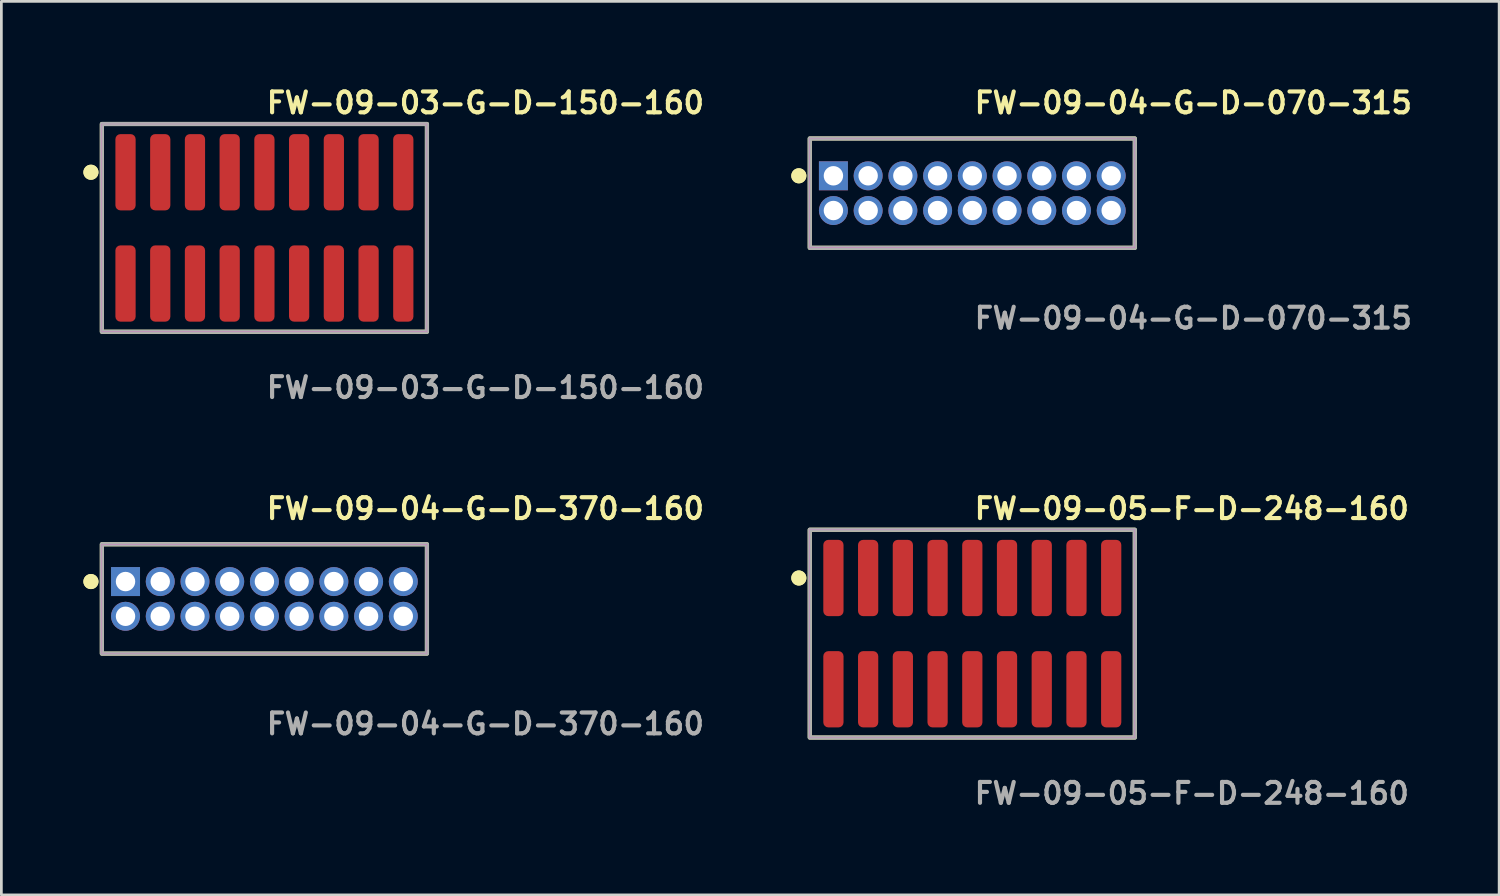
<source format=kicad_pcb>
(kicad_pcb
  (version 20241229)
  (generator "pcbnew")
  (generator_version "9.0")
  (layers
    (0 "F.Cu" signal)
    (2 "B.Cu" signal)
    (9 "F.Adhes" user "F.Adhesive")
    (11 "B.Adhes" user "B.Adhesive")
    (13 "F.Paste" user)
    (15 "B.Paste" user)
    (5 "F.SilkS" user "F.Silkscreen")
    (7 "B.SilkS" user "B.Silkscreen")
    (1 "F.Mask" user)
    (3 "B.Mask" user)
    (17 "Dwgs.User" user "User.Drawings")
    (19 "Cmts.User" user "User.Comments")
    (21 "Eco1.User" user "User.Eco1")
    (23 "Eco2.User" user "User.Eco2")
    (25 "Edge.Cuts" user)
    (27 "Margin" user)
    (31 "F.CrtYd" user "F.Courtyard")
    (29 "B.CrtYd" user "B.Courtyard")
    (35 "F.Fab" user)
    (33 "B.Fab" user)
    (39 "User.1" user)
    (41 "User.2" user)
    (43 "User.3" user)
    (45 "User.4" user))
  (footprint "FW-09-05-F-D-248-160"
    (layer "F.Cu")
    (at 32.513 20.126)
    (property "Reference" "FW-09-05-F-D-248-160" (at 0 -4.572 0) (unlocked yes) (layer "F.SilkS") (effects (font (size 0.762 0.762) (thickness 0.152)) (justify left)))
    (fp_rect (start -5.945 3.8) (end 5.945 -3.8) (stroke (width 0.152) (type solid)) (fill no) (layer "F.SilkS"))
    (fp_circle (center -6.345 -2.035) (end -6.545 -2.035) (stroke (width 0.152) (type solid)) (fill yes) (layer "F.SilkS"))
    (fp_circle (center -6.345 -2.035) (end -6.545 -2.035) (stroke (width 0.152) (type solid)) (fill yes) (layer "F.SilkS"))
    (fp_rect (start -5.945 3.8) (end 5.945 -3.8) (stroke (width 0.006) (type solid)) (fill no) (layer "F.CrtYd"))
    (fp_rect (start -5.945 3.8) (end 5.945 -3.8) (stroke (width 0.152) (type solid)) (fill no) (layer "F.Fab"))
    (fp_text user "${REFERENCE}" (at 0 5.842 0) (unlocked yes) (layer "F.Fab") (effects (font (size 0.762 0.762) (thickness 0.152)) (justify left)))
    (pad "1" smd roundrect (at -5.08 -2.035) (size 0.74 2.79) (layers "F.Cu" "F.Paste") (roundrect_rratio 0.25))
    (pad "2" smd roundrect (at -5.08 2.035) (size 0.74 2.79) (layers "F.Cu" "F.Paste") (roundrect_rratio 0.25))
    (pad "3" smd roundrect (at -3.81 -2.035) (size 0.74 2.79) (layers "F.Cu" "F.Paste") (roundrect_rratio 0.25))
    (pad "4" smd roundrect (at -3.81 2.035) (size 0.74 2.79) (layers "F.Cu" "F.Paste") (roundrect_rratio 0.25))
    (pad "5" smd roundrect (at -2.54 -2.035) (size 0.74 2.79) (layers "F.Cu" "F.Paste") (roundrect_rratio 0.25))
    (pad "6" smd roundrect (at -2.54 2.035) (size 0.74 2.79) (layers "F.Cu" "F.Paste") (roundrect_rratio 0.25))
    (pad "7" smd roundrect (at -1.27 -2.035) (size 0.74 2.79) (layers "F.Cu" "F.Paste") (roundrect_rratio 0.25))
    (pad "8" smd roundrect (at -1.27 2.035) (size 0.74 2.79) (layers "F.Cu" "F.Paste") (roundrect_rratio 0.25))
    (pad "9" smd roundrect (at 0 -2.035) (size 0.74 2.79) (layers "F.Cu" "F.Paste") (roundrect_rratio 0.25))
    (pad "10" smd roundrect (at 0 2.035) (size 0.74 2.79) (layers "F.Cu" "F.Paste") (roundrect_rratio 0.25))
    (pad "11" smd roundrect (at 1.27 -2.035) (size 0.74 2.79) (layers "F.Cu" "F.Paste") (roundrect_rratio 0.25))
    (pad "12" smd roundrect (at 1.27 2.035) (size 0.74 2.79) (layers "F.Cu" "F.Paste") (roundrect_rratio 0.25))
    (pad "13" smd roundrect (at 2.54 -2.035) (size 0.74 2.79) (layers "F.Cu" "F.Paste") (roundrect_rratio 0.25))
    (pad "14" smd roundrect (at 2.54 2.035) (size 0.74 2.79) (layers "F.Cu" "F.Paste") (roundrect_rratio 0.25))
    (pad "15" smd roundrect (at 3.81 -2.035) (size 0.74 2.79) (layers "F.Cu" "F.Paste") (roundrect_rratio 0.25))
    (pad "16" smd roundrect (at 3.81 2.035) (size 0.74 2.79) (layers "F.Cu" "F.Paste") (roundrect_rratio 0.25))
    (pad "17" smd roundrect (at 5.08 -2.035) (size 0.74 2.79) (layers "F.Cu" "F.Paste") (roundrect_rratio 0.25))
    (pad "18" smd roundrect (at 5.08 2.035) (size 0.74 2.79) (layers "F.Cu" "F.Paste") (roundrect_rratio 0.25)))
  (footprint "FW-09-04-G-D-370-160"
    (layer "F.Cu")
    (at 6.621 18.856)
    (property "Reference" "FW-09-04-G-D-370-160" (at 0 -3.302 0) (unlocked yes) (layer "F.SilkS") (effects (font (size 0.762 0.762) (thickness 0.152)) (justify left)))
    (fp_rect (start -5.945 2) (end 5.945 -2) (stroke (width 0.152) (type solid)) (fill no) (layer "F.SilkS"))
    (fp_circle (center -6.345 -0.635) (end -6.545 -0.635) (stroke (width 0.152) (type solid)) (fill yes) (layer "F.SilkS"))
    (fp_circle (center -6.345 -0.635) (end -6.545 -0.635) (stroke (width 0.152) (type solid)) (fill yes) (layer "F.SilkS"))
    (fp_rect (start -5.945 2) (end 5.945 -2) (stroke (width 0.006) (type solid)) (fill no) (layer "F.CrtYd"))
    (fp_rect (start -5.945 2) (end 5.945 -2) (stroke (width 0.152) (type solid)) (fill no) (layer "F.Fab"))
    (fp_text user "${REFERENCE}" (at 0 4.572 0) (unlocked yes) (layer "F.Fab") (effects (font (size 0.762 0.762) (thickness 0.152)) (justify left)))
    (pad "1" thru_hole rect (at -5.08 -0.635) (size 1.06 1.06) (drill 0.71) (layers "*.Cu" "*.Mask"))
    (pad "2" thru_hole circle (at -5.08 0.635) (size 1.06 1.06) (drill 0.71) (layers "*.Cu" "*.Mask"))
    (pad "3" thru_hole circle (at -3.81 -0.635) (size 1.06 1.06) (drill 0.71) (layers "*.Cu" "*.Mask"))
    (pad "4" thru_hole circle (at -3.81 0.635) (size 1.06 1.06) (drill 0.71) (layers "*.Cu" "*.Mask"))
    (pad "5" thru_hole circle (at -2.54 -0.635) (size 1.06 1.06) (drill 0.71) (layers "*.Cu" "*.Mask"))
    (pad "6" thru_hole circle (at -2.54 0.635) (size 1.06 1.06) (drill 0.71) (layers "*.Cu" "*.Mask"))
    (pad "7" thru_hole circle (at -1.27 -0.635) (size 1.06 1.06) (drill 0.71) (layers "*.Cu" "*.Mask"))
    (pad "8" thru_hole circle (at -1.27 0.635) (size 1.06 1.06) (drill 0.71) (layers "*.Cu" "*.Mask"))
    (pad "9" thru_hole circle (at 0 -0.635) (size 1.06 1.06) (drill 0.71) (layers "*.Cu" "*.Mask"))
    (pad "10" thru_hole circle (at 0 0.635) (size 1.06 1.06) (drill 0.71) (layers "*.Cu" "*.Mask"))
    (pad "11" thru_hole circle (at 1.27 -0.635) (size 1.06 1.06) (drill 0.71) (layers "*.Cu" "*.Mask"))
    (pad "12" thru_hole circle (at 1.27 0.635) (size 1.06 1.06) (drill 0.71) (layers "*.Cu" "*.Mask"))
    (pad "13" thru_hole circle (at 2.54 -0.635) (size 1.06 1.06) (drill 0.71) (layers "*.Cu" "*.Mask"))
    (pad "14" thru_hole circle (at 2.54 0.635) (size 1.06 1.06) (drill 0.71) (layers "*.Cu" "*.Mask"))
    (pad "15" thru_hole circle (at 3.81 -0.635) (size 1.06 1.06) (drill 0.71) (layers "*.Cu" "*.Mask"))
    (pad "16" thru_hole circle (at 3.81 0.635) (size 1.06 1.06) (drill 0.71) (layers "*.Cu" "*.Mask"))
    (pad "17" thru_hole circle (at 5.08 -0.635) (size 1.06 1.06) (drill 0.71) (layers "*.Cu" "*.Mask"))
    (pad "18" thru_hole circle (at 5.08 0.635) (size 1.06 1.06) (drill 0.71) (layers "*.Cu" "*.Mask")))
  (footprint "FW-09-04-G-D-070-315"
    (layer "F.Cu")
    (at 32.513 4.015)
    (property "Reference" "FW-09-04-G-D-070-315" (at 0 -3.302 0) (unlocked yes) (layer "F.SilkS") (effects (font (size 0.762 0.762) (thickness 0.152)) (justify left)))
    (fp_rect (start -5.945 2) (end 5.945 -2) (stroke (width 0.152) (type solid)) (fill no) (layer "F.SilkS"))
    (fp_circle (center -6.345 -0.635) (end -6.545 -0.635) (stroke (width 0.152) (type solid)) (fill yes) (layer "F.SilkS"))
    (fp_circle (center -6.345 -0.635) (end -6.545 -0.635) (stroke (width 0.152) (type solid)) (fill yes) (layer "F.SilkS"))
    (fp_rect (start -5.945 2) (end 5.945 -2) (stroke (width 0.006) (type solid)) (fill no) (layer "F.CrtYd"))
    (fp_rect (start -5.945 2) (end 5.945 -2) (stroke (width 0.152) (type solid)) (fill no) (layer "F.Fab"))
    (fp_text user "${REFERENCE}" (at 0 4.572 0) (unlocked yes) (layer "F.Fab") (effects (font (size 0.762 0.762) (thickness 0.152)) (justify left)))
    (pad "1" thru_hole rect (at -5.08 -0.635) (size 1.06 1.06) (drill 0.71) (layers "*.Cu" "*.Mask"))
    (pad "2" thru_hole circle (at -5.08 0.635) (size 1.06 1.06) (drill 0.71) (layers "*.Cu" "*.Mask"))
    (pad "3" thru_hole circle (at -3.81 -0.635) (size 1.06 1.06) (drill 0.71) (layers "*.Cu" "*.Mask"))
    (pad "4" thru_hole circle (at -3.81 0.635) (size 1.06 1.06) (drill 0.71) (layers "*.Cu" "*.Mask"))
    (pad "5" thru_hole circle (at -2.54 -0.635) (size 1.06 1.06) (drill 0.71) (layers "*.Cu" "*.Mask"))
    (pad "6" thru_hole circle (at -2.54 0.635) (size 1.06 1.06) (drill 0.71) (layers "*.Cu" "*.Mask"))
    (pad "7" thru_hole circle (at -1.27 -0.635) (size 1.06 1.06) (drill 0.71) (layers "*.Cu" "*.Mask"))
    (pad "8" thru_hole circle (at -1.27 0.635) (size 1.06 1.06) (drill 0.71) (layers "*.Cu" "*.Mask"))
    (pad "9" thru_hole circle (at 0 -0.635) (size 1.06 1.06) (drill 0.71) (layers "*.Cu" "*.Mask"))
    (pad "10" thru_hole circle (at 0 0.635) (size 1.06 1.06) (drill 0.71) (layers "*.Cu" "*.Mask"))
    (pad "11" thru_hole circle (at 1.27 -0.635) (size 1.06 1.06) (drill 0.71) (layers "*.Cu" "*.Mask"))
    (pad "12" thru_hole circle (at 1.27 0.635) (size 1.06 1.06) (drill 0.71) (layers "*.Cu" "*.Mask"))
    (pad "13" thru_hole circle (at 2.54 -0.635) (size 1.06 1.06) (drill 0.71) (layers "*.Cu" "*.Mask"))
    (pad "14" thru_hole circle (at 2.54 0.635) (size 1.06 1.06) (drill 0.71) (layers "*.Cu" "*.Mask"))
    (pad "15" thru_hole circle (at 3.81 -0.635) (size 1.06 1.06) (drill 0.71) (layers "*.Cu" "*.Mask"))
    (pad "16" thru_hole circle (at 3.81 0.635) (size 1.06 1.06) (drill 0.71) (layers "*.Cu" "*.Mask"))
    (pad "17" thru_hole circle (at 5.08 -0.635) (size 1.06 1.06) (drill 0.71) (layers "*.Cu" "*.Mask"))
    (pad "18" thru_hole circle (at 5.08 0.635) (size 1.06 1.06) (drill 0.71) (layers "*.Cu" "*.Mask")))
  (footprint "FW-09-03-G-D-150-160"
    (layer "F.Cu")
    (at 6.621 5.285)
    (property "Reference" "FW-09-03-G-D-150-160" (at 0 -4.572 0) (unlocked yes) (layer "F.SilkS") (effects (font (size 0.762 0.762) (thickness 0.152)) (justify left)))
    (fp_rect (start -5.945 3.8) (end 5.945 -3.8) (stroke (width 0.152) (type solid)) (fill no) (layer "F.SilkS"))
    (fp_circle (center -6.345 -2.035) (end -6.545 -2.035) (stroke (width 0.152) (type solid)) (fill yes) (layer "F.SilkS"))
    (fp_circle (center -6.345 -2.035) (end -6.545 -2.035) (stroke (width 0.152) (type solid)) (fill yes) (layer "F.SilkS"))
    (fp_rect (start -5.945 3.8) (end 5.945 -3.8) (stroke (width 0.006) (type solid)) (fill no) (layer "F.CrtYd"))
    (fp_rect (start -5.945 3.8) (end 5.945 -3.8) (stroke (width 0.152) (type solid)) (fill no) (layer "F.Fab"))
    (fp_text user "${REFERENCE}" (at 0 5.842 0) (unlocked yes) (layer "F.Fab") (effects (font (size 0.762 0.762) (thickness 0.152)) (justify left)))
    (pad "1" smd roundrect (at -5.08 -2.035) (size 0.74 2.79) (layers "F.Cu" "F.Paste") (roundrect_rratio 0.25))
    (pad "2" smd roundrect (at -5.08 2.035) (size 0.74 2.79) (layers "F.Cu" "F.Paste") (roundrect_rratio 0.25))
    (pad "3" smd roundrect (at -3.81 -2.035) (size 0.74 2.79) (layers "F.Cu" "F.Paste") (roundrect_rratio 0.25))
    (pad "4" smd roundrect (at -3.81 2.035) (size 0.74 2.79) (layers "F.Cu" "F.Paste") (roundrect_rratio 0.25))
    (pad "5" smd roundrect (at -2.54 -2.035) (size 0.74 2.79) (layers "F.Cu" "F.Paste") (roundrect_rratio 0.25))
    (pad "6" smd roundrect (at -2.54 2.035) (size 0.74 2.79) (layers "F.Cu" "F.Paste") (roundrect_rratio 0.25))
    (pad "7" smd roundrect (at -1.27 -2.035) (size 0.74 2.79) (layers "F.Cu" "F.Paste") (roundrect_rratio 0.25))
    (pad "8" smd roundrect (at -1.27 2.035) (size 0.74 2.79) (layers "F.Cu" "F.Paste") (roundrect_rratio 0.25))
    (pad "9" smd roundrect (at 0 -2.035) (size 0.74 2.79) (layers "F.Cu" "F.Paste") (roundrect_rratio 0.25))
    (pad "10" smd roundrect (at 0 2.035) (size 0.74 2.79) (layers "F.Cu" "F.Paste") (roundrect_rratio 0.25))
    (pad "11" smd roundrect (at 1.27 -2.035) (size 0.74 2.79) (layers "F.Cu" "F.Paste") (roundrect_rratio 0.25))
    (pad "12" smd roundrect (at 1.27 2.035) (size 0.74 2.79) (layers "F.Cu" "F.Paste") (roundrect_rratio 0.25))
    (pad "13" smd roundrect (at 2.54 -2.035) (size 0.74 2.79) (layers "F.Cu" "F.Paste") (roundrect_rratio 0.25))
    (pad "14" smd roundrect (at 2.54 2.035) (size 0.74 2.79) (layers "F.Cu" "F.Paste") (roundrect_rratio 0.25))
    (pad "15" smd roundrect (at 3.81 -2.035) (size 0.74 2.79) (layers "F.Cu" "F.Paste") (roundrect_rratio 0.25))
    (pad "16" smd roundrect (at 3.81 2.035) (size 0.74 2.79) (layers "F.Cu" "F.Paste") (roundrect_rratio 0.25))
    (pad "17" smd roundrect (at 5.08 -2.035) (size 0.74 2.79) (layers "F.Cu" "F.Paste") (roundrect_rratio 0.25))
    (pad "18" smd roundrect (at 5.08 2.035) (size 0.74 2.79) (layers "F.Cu" "F.Paste") (roundrect_rratio 0.25)))
  (gr_rect
    (start -3 -3)
    (end 51.783 29.681)
    (stroke (width 0.1) (type default))
    (fill no)
    (layer "Edge.Cuts")))
</source>
